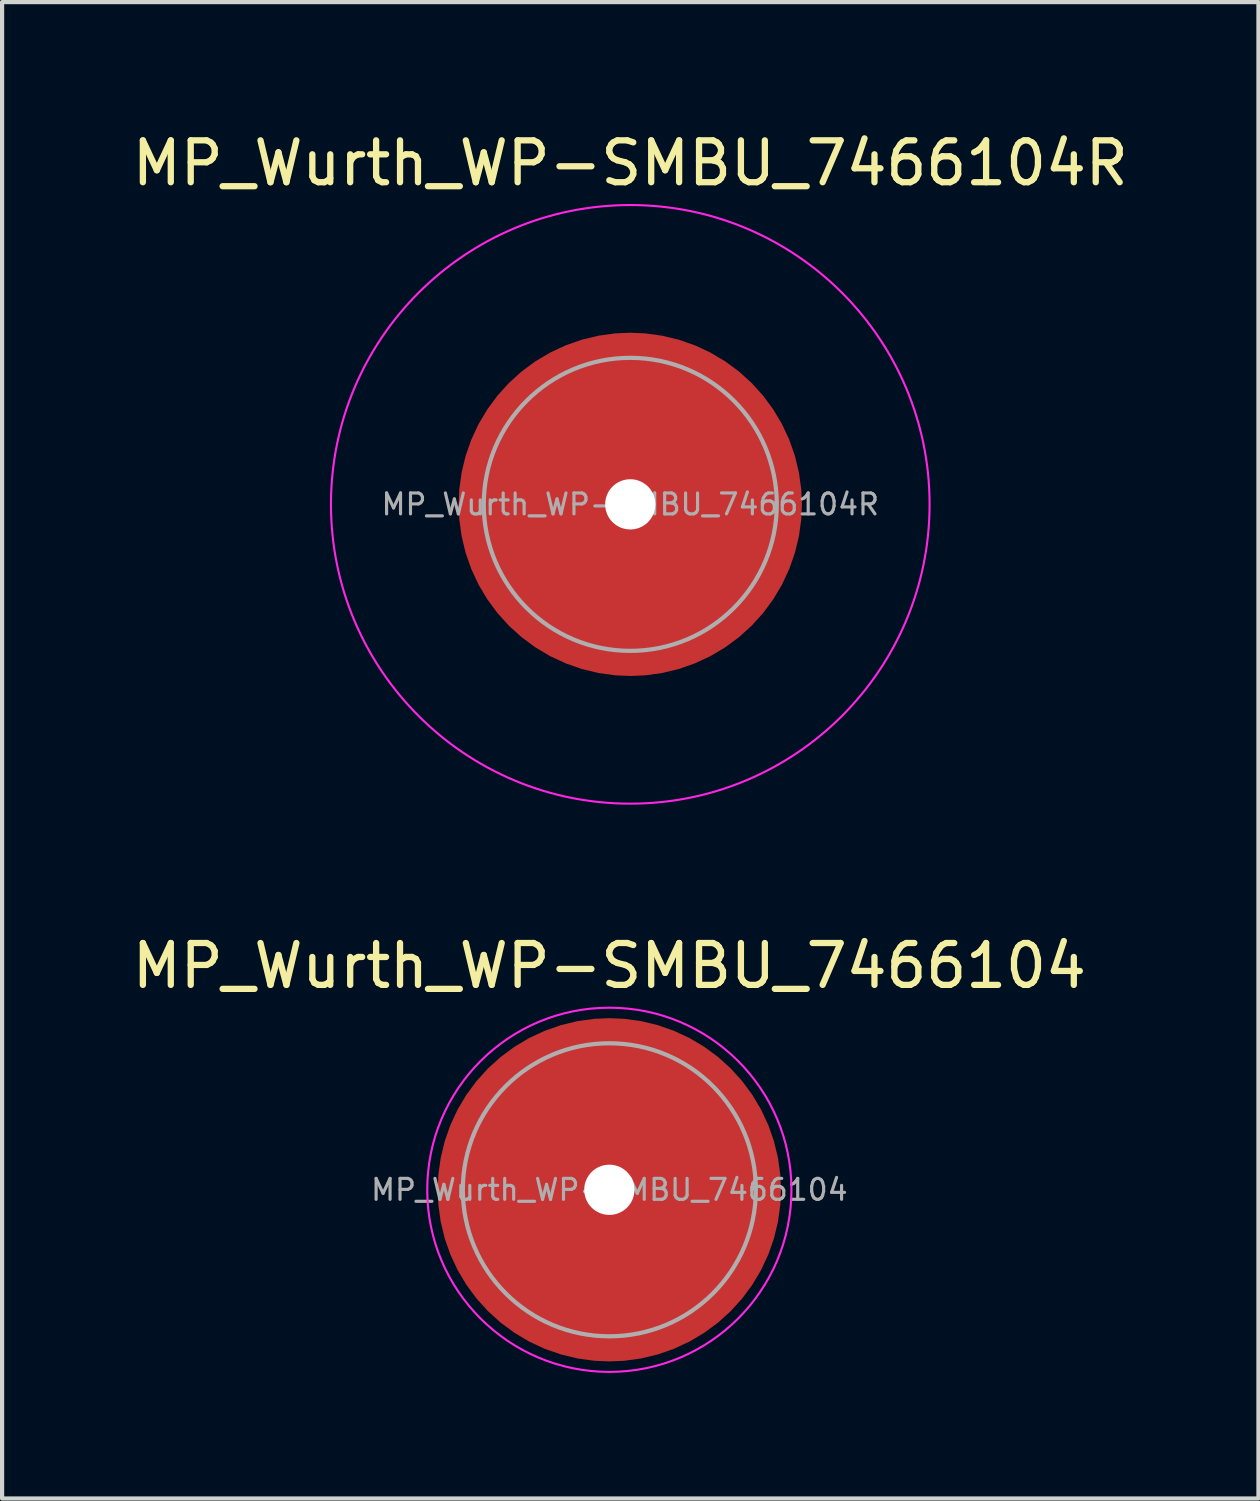
<source format=kicad_pcb>
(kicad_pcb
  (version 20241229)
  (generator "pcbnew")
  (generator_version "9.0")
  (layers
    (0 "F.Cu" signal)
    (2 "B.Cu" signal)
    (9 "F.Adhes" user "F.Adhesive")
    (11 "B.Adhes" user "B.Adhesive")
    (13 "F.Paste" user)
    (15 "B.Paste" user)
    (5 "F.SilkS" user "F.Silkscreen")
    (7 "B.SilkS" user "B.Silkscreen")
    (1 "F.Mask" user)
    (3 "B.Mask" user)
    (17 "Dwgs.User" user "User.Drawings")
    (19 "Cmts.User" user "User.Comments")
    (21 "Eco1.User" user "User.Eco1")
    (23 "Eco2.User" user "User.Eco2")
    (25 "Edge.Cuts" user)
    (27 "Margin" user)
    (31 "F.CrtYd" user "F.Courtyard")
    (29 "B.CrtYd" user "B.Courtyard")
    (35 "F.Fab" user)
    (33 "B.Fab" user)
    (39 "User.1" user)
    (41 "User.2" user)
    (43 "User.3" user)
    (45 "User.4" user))
  (footprint "MP_Wurth_WP-SMBU_7466104R"
    (layer "F.Cu")
    (at 12.006 8.998)
    (property "Reference" "MP_Wurth_WP-SMBU_7466104R" (at 0 -8.15 0) (unlocked yes) (layer "F.SilkS") (effects (font (size 1 1) (thickness 0.15))))
    (attr smd)
    (fp_poly (pts (xy -0.495 -0.558) (xy -0.551 -0.502) (xy -0.616 -0.422) (xy -0.656 -0.353) (xy -0.7 -0.258) (xy -0.735 -0.129) (xy -0.745 -0.04) (xy -0.745 0.04) (xy -0.735 0.114) (xy -0.715 0.209) (xy -0.69 0.278) (xy -0.661 0.348) (xy -0.621 0.412) (xy -0.571 0.477) (xy -0.495 0.558) (xy -0.495 3.976) (xy -0.531 3.97) (xy -0.726 3.94) (xy -0.726 3.94) (xy -0.916 3.9) (xy -0.916 3.9) (xy -1.111 3.85) (xy -1.111 3.85) (xy -1.286 3.795) (xy -1.287 3.795) (xy -1.472 3.725) (xy -1.472 3.725) (xy -1.607 3.67) (xy -1.607 3.67) (xy -1.727 3.615) (xy -1.727 3.614) (xy -1.877 3.539) (xy -1.877 3.539) (xy -2.062 3.434) (xy -2.063 3.434) (xy -2.243 3.319) (xy -2.243 3.319) (xy -2.383 3.219) (xy -2.383 3.219) (xy -2.513 3.119) (xy -2.513 3.119) (xy -2.653 2.999) (xy -2.653 2.999) (xy -2.758 2.904) (xy -2.759 2.904) (xy -2.884 2.779) (xy -2.884 2.778) (xy -2.979 2.678) (xy -2.979 2.678) (xy -3.064 2.578) (xy -3.139 2.488) (xy -3.139 2.488) (xy -3.254 2.338) (xy -3.254 2.338) (xy -3.344 2.203) (xy -3.424 2.078) (xy -3.424 2.078) (xy -3.504 1.943) (xy -3.504 1.942) (xy -3.564 1.827) (xy -3.565 1.827) (xy -3.64 1.672) (xy -3.64 1.672) (xy -3.71 1.512) (xy -3.71 1.512) (xy -3.77 1.357) (xy -3.77 1.357) (xy -3.81 1.237) (xy -3.85 1.112) (xy -3.85 1.111) (xy -3.885 0.981) (xy -3.885 0.981) (xy -3.915 0.851) (xy -3.915 0.851) (xy -3.94 0.721) (xy -3.96 0.606) (xy -3.96 0.606) (xy -3.975 0.501) (xy -3.975 0.5) (xy -3.985 0.395) (xy -3.995 0.295) (xy -3.995 0.295) (xy -4 0.215) (xy -4 0.215) (xy -4.005 0.09) (xy -4.005 0.09) (xy -4.005 -0.05) (xy -4.005 -0.05) (xy -4 -0.195) (xy -3.995 -0.32) (xy -3.995 -0.321) (xy -3.98 -0.431) (xy -3.97 -0.54) (xy -3.97 -0.541) (xy -3.945 -0.686) (xy -3.925 -0.796) (xy -3.9 -0.921) (xy -3.9 -0.921) (xy -3.845 -1.121) (xy -3.81 -1.241) (xy -3.81 -1.242) (xy -3.745 -1.422) (xy -3.745 -1.422) (xy -3.675 -1.592) (xy -3.675 -1.592) (xy -3.62 -1.717) (xy -3.619 -1.717) (xy -3.559 -1.837) (xy -3.559 -1.837) (xy -3.514 -1.922) (xy -3.514 -1.922) (xy -3.449 -2.037) (xy -3.449 -2.038) (xy -3.379 -2.153) (xy -3.379 -2.153) (xy -3.309 -2.258) (xy -3.309 -2.258) (xy -3.239 -2.358) (xy -3.239 -2.358) (xy -3.149 -2.473) (xy -3.149 -2.473) (xy -3.054 -2.588) (xy -2.989 -2.668) (xy -2.989 -2.668) (xy -2.919 -2.743) (xy -2.919 -2.744) (xy -2.759 -2.904) (xy -2.758 -2.904) (xy -2.688 -2.969) (xy -2.688 -2.969) (xy -2.618 -3.029) (xy -2.528 -3.104) (xy -2.443 -3.174) (xy -2.443 -3.174) (xy -2.333 -3.254) (xy -2.333 -3.254) (xy -2.223 -3.329) (xy -2.133 -3.389) (xy -2.133 -3.389) (xy -2.043 -3.444) (xy -2.043 -3.444) (xy -1.923 -3.514) (xy -1.922 -3.514) (xy -1.817 -3.569) (xy -1.687 -3.634) (xy -1.687 -3.635) (xy -1.502 -3.715) (xy -1.502 -3.715) (xy -1.367 -3.765) (xy -1.367 -3.765) (xy -1.207 -3.82) (xy -1.206 -3.82) (xy -1.056 -3.865) (xy -1.056 -3.865) (xy -0.826 -3.92) (xy -0.826 -3.92) (xy -0.641 -3.95) (xy -0.495 -3.976)) (stroke (width 0) (type default)) (fill yes) (layer "F.Paste"))
    (fp_poly (pts (xy 0.531 -3.97) (xy 0.726 -3.94) (xy 0.726 -3.94) (xy 0.916 -3.9) (xy 0.916 -3.9) (xy 1.111 -3.85) (xy 1.111 -3.85) (xy 1.286 -3.795) (xy 1.287 -3.795) (xy 1.472 -3.725) (xy 1.472 -3.725) (xy 1.607 -3.67) (xy 1.607 -3.67) (xy 1.727 -3.615) (xy 1.727 -3.614) (xy 1.877 -3.539) (xy 1.877 -3.539) (xy 2.062 -3.434) (xy 2.063 -3.434) (xy 2.243 -3.319) (xy 2.243 -3.319) (xy 2.383 -3.219) (xy 2.383 -3.219) (xy 2.513 -3.119) (xy 2.513 -3.119) (xy 2.653 -2.999) (xy 2.653 -2.999) (xy 2.758 -2.904) (xy 2.759 -2.904) (xy 2.884 -2.779) (xy 2.884 -2.778) (xy 2.979 -2.678) (xy 2.979 -2.678) (xy 3.064 -2.578) (xy 3.139 -2.488) (xy 3.139 -2.488) (xy 3.254 -2.338) (xy 3.254 -2.338) (xy 3.344 -2.203) (xy 3.424 -2.078) (xy 3.424 -2.078) (xy 3.504 -1.943) (xy 3.504 -1.942) (xy 3.564 -1.827) (xy 3.565 -1.827) (xy 3.64 -1.672) (xy 3.64 -1.672) (xy 3.71 -1.512) (xy 3.71 -1.512) (xy 3.77 -1.357) (xy 3.77 -1.357) (xy 3.81 -1.237) (xy 3.85 -1.112) (xy 3.85 -1.111) (xy 3.885 -0.981) (xy 3.885 -0.981) (xy 3.915 -0.851) (xy 3.915 -0.851) (xy 3.94 -0.721) (xy 3.96 -0.606) (xy 3.96 -0.606) (xy 3.975 -0.501) (xy 3.975 -0.5) (xy 3.985 -0.395) (xy 3.995 -0.295) (xy 3.995 -0.295) (xy 4 -0.215) (xy 4 -0.215) (xy 4.005 -0.09) (xy 4.005 -0.09) (xy 4.005 0.05) (xy 4.005 0.05) (xy 4 0.195) (xy 3.995 0.32) (xy 3.995 0.321) (xy 3.98 0.431) (xy 3.97 0.54) (xy 3.97 0.541) (xy 3.945 0.686) (xy 3.925 0.796) (xy 3.9 0.921) (xy 3.9 0.921) (xy 3.845 1.121) (xy 3.81 1.241) (xy 3.81 1.242) (xy 3.745 1.422) (xy 3.745 1.422) (xy 3.675 1.592) (xy 3.675 1.592) (xy 3.62 1.717) (xy 3.619 1.717) (xy 3.559 1.837) (xy 3.559 1.837) (xy 3.514 1.922) (xy 3.514 1.922) (xy 3.449 2.037) (xy 3.449 2.038) (xy 3.379 2.153) (xy 3.379 2.153) (xy 3.309 2.258) (xy 3.309 2.258) (xy 3.239 2.358) (xy 3.239 2.358) (xy 3.149 2.473) (xy 3.149 2.473) (xy 3.054 2.588) (xy 2.989 2.668) (xy 2.989 2.668) (xy 2.919 2.743) (xy 2.919 2.744) (xy 2.759 2.904) (xy 2.758 2.904) (xy 2.688 2.969) (xy 2.688 2.969) (xy 2.618 3.029) (xy 2.528 3.104) (xy 2.443 3.174) (xy 2.443 3.174) (xy 2.333 3.254) (xy 2.333 3.254) (xy 2.223 3.329) (xy 2.133 3.389) (xy 2.133 3.389) (xy 2.043 3.444) (xy 2.043 3.444) (xy 1.923 3.514) (xy 1.922 3.514) (xy 1.817 3.569) (xy 1.687 3.634) (xy 1.687 3.635) (xy 1.502 3.715) (xy 1.502 3.715) (xy 1.367 3.765) (xy 1.367 3.765) (xy 1.207 3.82) (xy 1.206 3.82) (xy 1.056 3.865) (xy 1.056 3.865) (xy 0.826 3.92) (xy 0.826 3.92) (xy 0.641 3.95) (xy 0.495 3.976) (xy 0.495 0.558) (xy 0.551 0.502) (xy 0.616 0.422) (xy 0.656 0.353) (xy 0.7 0.258) (xy 0.735 0.129) (xy 0.745 0.04) (xy 0.745 -0.04) (xy 0.735 -0.114) (xy 0.715 -0.209) (xy 0.69 -0.278) (xy 0.661 -0.348) (xy 0.621 -0.412) (xy 0.571 -0.477) (xy 0.495 -0.558) (xy 0.495 -3.976)) (stroke (width 0) (type default)) (fill yes) (layer "F.Paste"))
    (fp_circle (center 0 0) (end 7.15 0) (stroke (width 0.05) (type solid)) (fill no) (layer "F.CrtYd"))
    (fp_circle (center 0 0) (end 3.5 0) (stroke (width 0.1) (type solid)) (fill no) (layer "F.Fab"))
    (fp_text user "${REFERENCE}" (at 0 0 0) (unlocked yes) (layer "F.Fab") (effects (font (size 0.5 0.5) (thickness 0.075))))
    (pad "" np_thru_hole circle (at 0 0) (size 1.2 1.2) (drill 1.2) (layers "*.Cu" "*.Mask"))
    (pad "1" smd roundrect (at 0 0) (size 8.2 8.2) (layers "F.Cu" "F.Mask") (roundrect_rratio 0.5)))
  (footprint "MP_Wurth_WP-SMBU_7466104"
    (layer "F.Cu")
    (at 11.506 25.372)
    (property "Reference" "MP_Wurth_WP-SMBU_7466104" (at 0 -5.35 0) (unlocked yes) (layer "F.SilkS") (effects (font (size 1 1) (thickness 0.15))))
    (attr smd)
    (fp_poly (pts (xy -0.495 -0.558) (xy -0.551 -0.502) (xy -0.616 -0.422) (xy -0.656 -0.353) (xy -0.7 -0.258) (xy -0.735 -0.129) (xy -0.745 -0.04) (xy -0.745 0.04) (xy -0.735 0.114) (xy -0.715 0.209) (xy -0.69 0.278) (xy -0.661 0.348) (xy -0.621 0.412) (xy -0.571 0.477) (xy -0.495 0.558) (xy -0.495 3.976) (xy -0.531 3.97) (xy -0.726 3.94) (xy -0.726 3.94) (xy -0.916 3.9) (xy -0.916 3.9) (xy -1.111 3.85) (xy -1.111 3.85) (xy -1.286 3.795) (xy -1.287 3.795) (xy -1.472 3.725) (xy -1.472 3.725) (xy -1.607 3.67) (xy -1.607 3.67) (xy -1.727 3.615) (xy -1.727 3.614) (xy -1.877 3.539) (xy -1.877 3.539) (xy -2.062 3.434) (xy -2.063 3.434) (xy -2.243 3.319) (xy -2.243 3.319) (xy -2.383 3.219) (xy -2.383 3.219) (xy -2.513 3.119) (xy -2.513 3.119) (xy -2.653 2.999) (xy -2.653 2.999) (xy -2.758 2.904) (xy -2.759 2.904) (xy -2.884 2.779) (xy -2.884 2.778) (xy -2.979 2.678) (xy -2.979 2.678) (xy -3.064 2.578) (xy -3.139 2.488) (xy -3.139 2.488) (xy -3.254 2.338) (xy -3.254 2.338) (xy -3.344 2.203) (xy -3.424 2.078) (xy -3.424 2.078) (xy -3.504 1.943) (xy -3.504 1.942) (xy -3.564 1.827) (xy -3.565 1.827) (xy -3.64 1.672) (xy -3.64 1.672) (xy -3.71 1.512) (xy -3.71 1.512) (xy -3.77 1.357) (xy -3.77 1.357) (xy -3.81 1.237) (xy -3.85 1.112) (xy -3.85 1.111) (xy -3.885 0.981) (xy -3.885 0.981) (xy -3.915 0.851) (xy -3.915 0.851) (xy -3.94 0.721) (xy -3.96 0.606) (xy -3.96 0.606) (xy -3.975 0.501) (xy -3.975 0.5) (xy -3.985 0.395) (xy -3.995 0.295) (xy -3.995 0.295) (xy -4 0.215) (xy -4 0.215) (xy -4.005 0.09) (xy -4.005 0.09) (xy -4.005 -0.05) (xy -4.005 -0.05) (xy -4 -0.195) (xy -3.995 -0.32) (xy -3.995 -0.321) (xy -3.98 -0.431) (xy -3.97 -0.54) (xy -3.97 -0.541) (xy -3.945 -0.686) (xy -3.925 -0.796) (xy -3.9 -0.921) (xy -3.9 -0.921) (xy -3.845 -1.121) (xy -3.81 -1.241) (xy -3.81 -1.242) (xy -3.745 -1.422) (xy -3.745 -1.422) (xy -3.675 -1.592) (xy -3.675 -1.592) (xy -3.62 -1.717) (xy -3.619 -1.717) (xy -3.559 -1.837) (xy -3.559 -1.837) (xy -3.514 -1.922) (xy -3.514 -1.922) (xy -3.449 -2.037) (xy -3.449 -2.038) (xy -3.379 -2.153) (xy -3.379 -2.153) (xy -3.309 -2.258) (xy -3.309 -2.258) (xy -3.239 -2.358) (xy -3.239 -2.358) (xy -3.149 -2.473) (xy -3.149 -2.473) (xy -3.054 -2.588) (xy -2.989 -2.668) (xy -2.989 -2.668) (xy -2.919 -2.743) (xy -2.919 -2.744) (xy -2.759 -2.904) (xy -2.758 -2.904) (xy -2.688 -2.969) (xy -2.688 -2.969) (xy -2.618 -3.029) (xy -2.528 -3.104) (xy -2.443 -3.174) (xy -2.443 -3.174) (xy -2.333 -3.254) (xy -2.333 -3.254) (xy -2.223 -3.329) (xy -2.133 -3.389) (xy -2.133 -3.389) (xy -2.043 -3.444) (xy -2.043 -3.444) (xy -1.923 -3.514) (xy -1.922 -3.514) (xy -1.817 -3.569) (xy -1.687 -3.634) (xy -1.687 -3.635) (xy -1.502 -3.715) (xy -1.502 -3.715) (xy -1.367 -3.765) (xy -1.367 -3.765) (xy -1.207 -3.82) (xy -1.206 -3.82) (xy -1.056 -3.865) (xy -1.056 -3.865) (xy -0.826 -3.92) (xy -0.826 -3.92) (xy -0.641 -3.95) (xy -0.495 -3.976)) (stroke (width 0) (type default)) (fill yes) (layer "F.Paste"))
    (fp_poly (pts (xy 0.531 -3.97) (xy 0.726 -3.94) (xy 0.726 -3.94) (xy 0.916 -3.9) (xy 0.916 -3.9) (xy 1.111 -3.85) (xy 1.111 -3.85) (xy 1.286 -3.795) (xy 1.287 -3.795) (xy 1.472 -3.725) (xy 1.472 -3.725) (xy 1.607 -3.67) (xy 1.607 -3.67) (xy 1.727 -3.615) (xy 1.727 -3.614) (xy 1.877 -3.539) (xy 1.877 -3.539) (xy 2.062 -3.434) (xy 2.063 -3.434) (xy 2.243 -3.319) (xy 2.243 -3.319) (xy 2.383 -3.219) (xy 2.383 -3.219) (xy 2.513 -3.119) (xy 2.513 -3.119) (xy 2.653 -2.999) (xy 2.653 -2.999) (xy 2.758 -2.904) (xy 2.759 -2.904) (xy 2.884 -2.779) (xy 2.884 -2.778) (xy 2.979 -2.678) (xy 2.979 -2.678) (xy 3.064 -2.578) (xy 3.139 -2.488) (xy 3.139 -2.488) (xy 3.254 -2.338) (xy 3.254 -2.338) (xy 3.344 -2.203) (xy 3.424 -2.078) (xy 3.424 -2.078) (xy 3.504 -1.943) (xy 3.504 -1.942) (xy 3.564 -1.827) (xy 3.565 -1.827) (xy 3.64 -1.672) (xy 3.64 -1.672) (xy 3.71 -1.512) (xy 3.71 -1.512) (xy 3.77 -1.357) (xy 3.77 -1.357) (xy 3.81 -1.237) (xy 3.85 -1.112) (xy 3.85 -1.111) (xy 3.885 -0.981) (xy 3.885 -0.981) (xy 3.915 -0.851) (xy 3.915 -0.851) (xy 3.94 -0.721) (xy 3.96 -0.606) (xy 3.96 -0.606) (xy 3.975 -0.501) (xy 3.975 -0.5) (xy 3.985 -0.395) (xy 3.995 -0.295) (xy 3.995 -0.295) (xy 4 -0.215) (xy 4 -0.215) (xy 4.005 -0.09) (xy 4.005 -0.09) (xy 4.005 0.05) (xy 4.005 0.05) (xy 4 0.195) (xy 3.995 0.32) (xy 3.995 0.321) (xy 3.98 0.431) (xy 3.97 0.54) (xy 3.97 0.541) (xy 3.945 0.686) (xy 3.925 0.796) (xy 3.9 0.921) (xy 3.9 0.921) (xy 3.845 1.121) (xy 3.81 1.241) (xy 3.81 1.242) (xy 3.745 1.422) (xy 3.745 1.422) (xy 3.675 1.592) (xy 3.675 1.592) (xy 3.62 1.717) (xy 3.619 1.717) (xy 3.559 1.837) (xy 3.559 1.837) (xy 3.514 1.922) (xy 3.514 1.922) (xy 3.449 2.037) (xy 3.449 2.038) (xy 3.379 2.153) (xy 3.379 2.153) (xy 3.309 2.258) (xy 3.309 2.258) (xy 3.239 2.358) (xy 3.239 2.358) (xy 3.149 2.473) (xy 3.149 2.473) (xy 3.054 2.588) (xy 2.989 2.668) (xy 2.989 2.668) (xy 2.919 2.743) (xy 2.919 2.744) (xy 2.759 2.904) (xy 2.758 2.904) (xy 2.688 2.969) (xy 2.688 2.969) (xy 2.618 3.029) (xy 2.528 3.104) (xy 2.443 3.174) (xy 2.443 3.174) (xy 2.333 3.254) (xy 2.333 3.254) (xy 2.223 3.329) (xy 2.133 3.389) (xy 2.133 3.389) (xy 2.043 3.444) (xy 2.043 3.444) (xy 1.923 3.514) (xy 1.922 3.514) (xy 1.817 3.569) (xy 1.687 3.634) (xy 1.687 3.635) (xy 1.502 3.715) (xy 1.502 3.715) (xy 1.367 3.765) (xy 1.367 3.765) (xy 1.207 3.82) (xy 1.206 3.82) (xy 1.056 3.865) (xy 1.056 3.865) (xy 0.826 3.92) (xy 0.826 3.92) (xy 0.641 3.95) (xy 0.495 3.976) (xy 0.495 0.558) (xy 0.551 0.502) (xy 0.616 0.422) (xy 0.656 0.353) (xy 0.7 0.258) (xy 0.735 0.129) (xy 0.745 0.04) (xy 0.745 -0.04) (xy 0.735 -0.114) (xy 0.715 -0.209) (xy 0.69 -0.278) (xy 0.661 -0.348) (xy 0.621 -0.412) (xy 0.571 -0.477) (xy 0.495 -0.558) (xy 0.495 -3.976)) (stroke (width 0) (type default)) (fill yes) (layer "F.Paste"))
    (fp_circle (center 0 0) (end 4.35 0) (stroke (width 0.05) (type solid)) (fill no) (layer "F.CrtYd"))
    (fp_circle (center 0 0) (end 3.5 0) (stroke (width 0.1) (type solid)) (fill no) (layer "F.Fab"))
    (fp_text user "${REFERENCE}" (at 0 0 0) (unlocked yes) (layer "F.Fab") (effects (font (size 0.5 0.5) (thickness 0.075))))
    (pad "" np_thru_hole circle (at 0 0) (size 1.2 1.2) (drill 1.2) (layers "*.Cu" "*.Mask"))
    (pad "1" smd roundrect (at 0 0) (size 8.2 8.2) (layers "F.Cu" "F.Mask") (roundrect_rratio 0.5)))
  (gr_rect
    (start -3 -3)
    (end 27.012 32.746)
    (stroke (width 0.1) (type default))
    (fill no)
    (layer "Edge.Cuts")))
</source>
